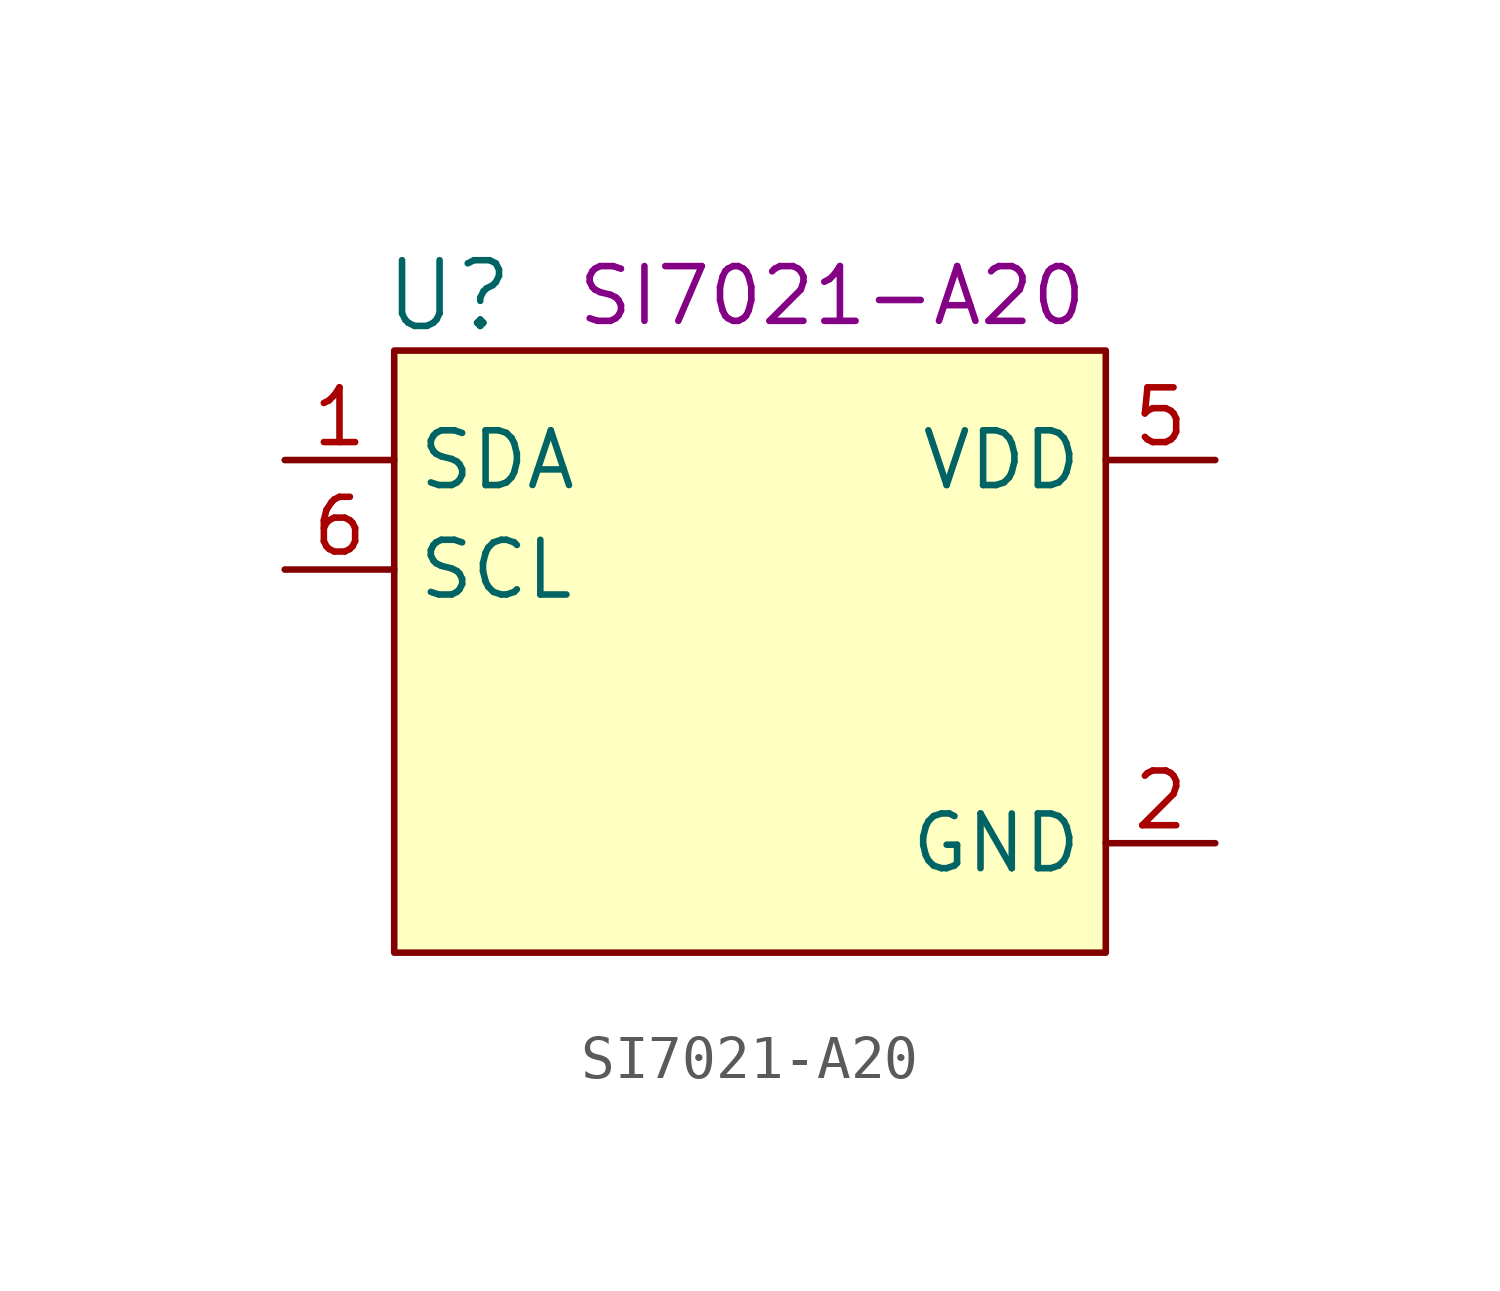
<source format=kicad_sym>
(kicad_symbol_lib
  (version 20231120)
  (generator "kicad_symbol_editor")
  (generator_version "8.0")
  (symbol "SI7021-A20"
    (property "Reference" "U"
      (at -7.62 7.62 0)
      (effects (font (size 1.524 1.524))))
    (property "MPN" "SI7021-A20"
      (at 1.27 7.62 0)
      (effects (font (size 1.27 1.27))))
    (symbol "SI7021-A20_0_1"
      (rectangle (start -8.89 6.35) (end 7.62 -7.62) (stroke (width 0) (type default)) (fill (type background))))
    (symbol "SI7021-A20_1_1"
      (pin bidirectional line (at -11.43 3.81 0) (length 2.54) (name "SDA" (effects (font (size 1.27 1.27)))) (number "1" (effects (font (size 1.27 1.27)))))
      (pin power_in line (at 10.16 -5.08 180) (length 2.54) (name "GND" (effects (font (size 1.27 1.27)))) (number "2" (effects (font (size 1.27 1.27)))))
      (pin power_in line (at 10.16 3.81 180) (length 2.54) (name "VDD" (effects (font (size 1.27 1.27)))) (number "5" (effects (font (size 1.27 1.27)))))
      (pin input line (at -11.43 1.27 0) (length 2.54) (name "SCL" (effects (font (size 1.27 1.27)))) (number "6" (effects (font (size 1.27 1.27))))))))
</source>
